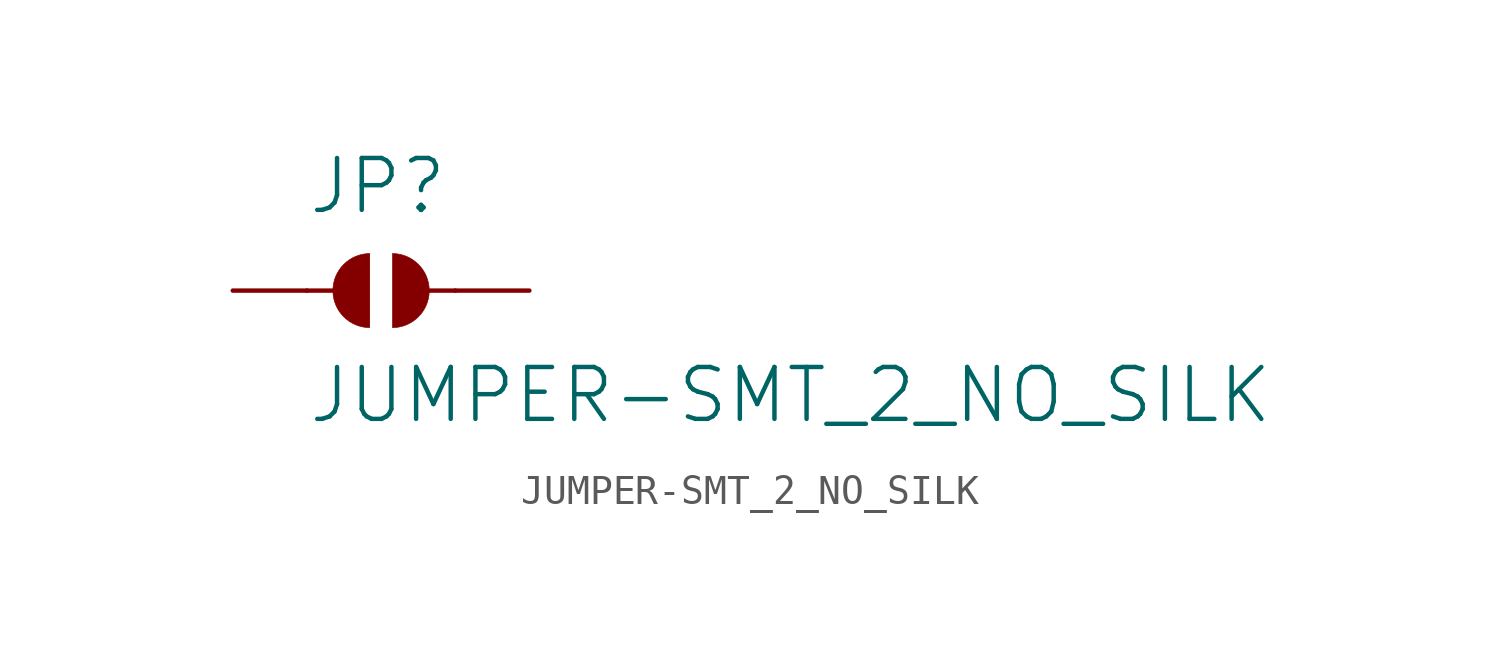
<source format=kicad_sym>
(kicad_symbol_lib
  (version 20211014)
  (generator kicad_symbol_editor)
  (symbol "JUMPER-SMT_2_NO_SILK"
    (property "Reference" "JP"
      (at -2.54 2.54 0)
      (effects (font (size 1.778 1.778)) (justify left bottom)))
    (property "Value" "JUMPER-SMT_2_NO_SILK"
      (at -2.54 -2.54 0)
      (effects (font (size 1.778 1.778)) (justify left top)))
    (property "ki_locked" ""
      (at 0 0 0)
      (effects (font (size 1.27 1.27))))
    (symbol "JUMPER-SMT_2_NO_SILK_1_0"
      (arc (start -0.381 1.2699) (mid -1.6508 0) (end -0.381 -1.2699) (stroke (width 0.0001) (type default) (color 0 0 0 0)) (fill (type outline)))
      (polyline (pts (xy -2.54 0) (xy -1.651 0)) (stroke (width 0.152) (type default) (color 0 0 0 0)) (fill (type none)))
      (polyline (pts (xy 2.54 0) (xy 1.651 0)) (stroke (width 0.152) (type default) (color 0 0 0 0)) (fill (type none)))
      (arc (start 0.381 -1.2699) (mid 1.6508 0) (end 0.381 1.2699) (stroke (width 0.0001) (type default) (color 0 0 0 0)) (fill (type outline)))
      (pin passive line (at -5.08 0 0) (length 2.54) (name "1" (effects (font (size 0 0)))) (number "1" (effects (font (size 0 0)))))
      (pin passive line (at 5.08 0 180) (length 2.54) (name "2" (effects (font (size 0 0)))) (number "2" (effects (font (size 0 0))))))))
</source>
